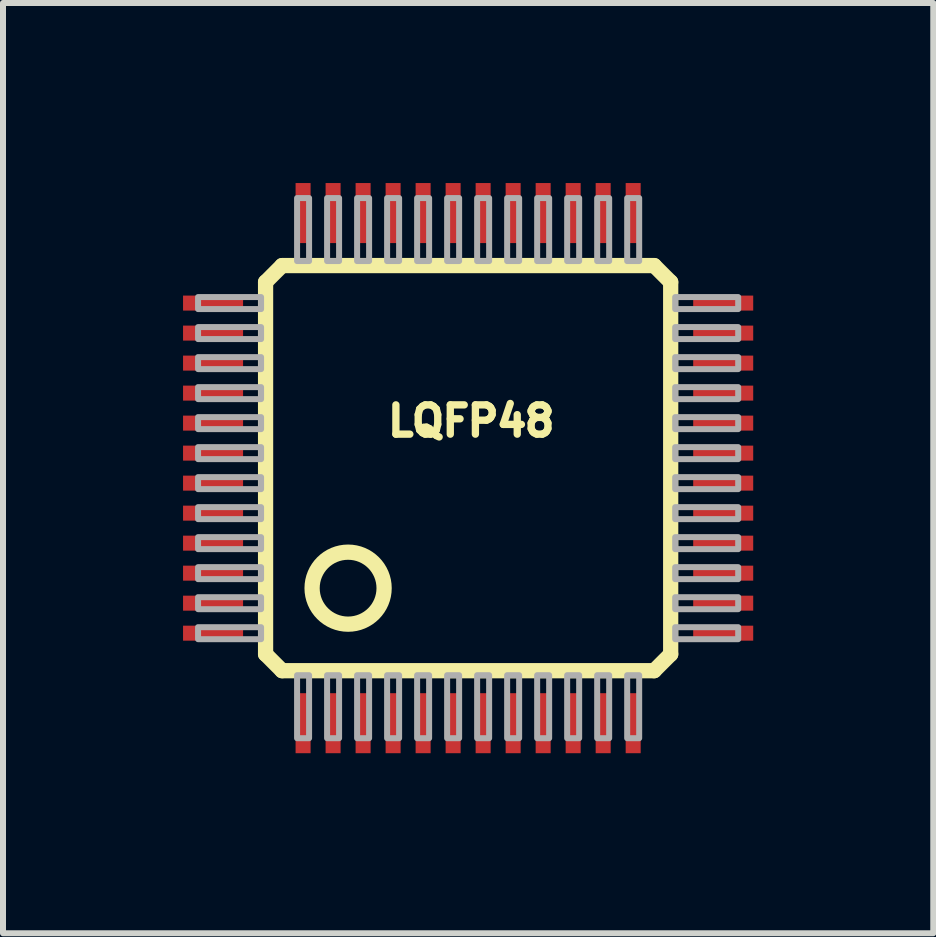
<source format=kicad_pcb>
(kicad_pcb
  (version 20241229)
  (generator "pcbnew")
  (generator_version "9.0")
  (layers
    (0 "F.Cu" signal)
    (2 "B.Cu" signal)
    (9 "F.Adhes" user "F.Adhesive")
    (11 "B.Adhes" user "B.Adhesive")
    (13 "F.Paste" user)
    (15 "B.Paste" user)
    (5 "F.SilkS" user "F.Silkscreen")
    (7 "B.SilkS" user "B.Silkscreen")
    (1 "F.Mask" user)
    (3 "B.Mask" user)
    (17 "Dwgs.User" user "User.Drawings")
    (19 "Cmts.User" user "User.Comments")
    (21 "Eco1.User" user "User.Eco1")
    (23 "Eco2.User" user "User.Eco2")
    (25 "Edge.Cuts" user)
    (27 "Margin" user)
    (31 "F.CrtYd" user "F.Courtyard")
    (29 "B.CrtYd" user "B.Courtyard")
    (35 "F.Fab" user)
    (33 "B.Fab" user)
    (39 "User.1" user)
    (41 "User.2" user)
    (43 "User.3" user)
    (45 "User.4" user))
  (footprint "LQFP48"
    (layer "F.Cu")
    (at 4.75 4.75)
    (property "Reference" "LQFP48" (at -1.4 -0.5 0) (layer "F.SilkS") (effects (font (size 0.488 0.488) (thickness 0.122)) (justify left bottom)))
    (fp_line (start -3.375 -3.1) (end -3.1 -3.375) (stroke (width 0.254) (type solid)) (layer "F.SilkS"))
    (fp_line (start -3.375 3.1) (end -3.375 -3.1) (stroke (width 0.254) (type solid)) (layer "F.SilkS"))
    (fp_line (start -3.1 -3.375) (end 3.1 -3.375) (stroke (width 0.254) (type solid)) (layer "F.SilkS"))
    (fp_line (start -3.1 3.375) (end -3.375 3.1) (stroke (width 0.254) (type solid)) (layer "F.SilkS"))
    (fp_line (start 3.1 -3.375) (end 3.375 -3.1) (stroke (width 0.254) (type solid)) (layer "F.SilkS"))
    (fp_line (start 3.1 3.375) (end -3.1 3.375) (stroke (width 0.254) (type solid)) (layer "F.SilkS"))
    (fp_line (start 3.375 -3.1) (end 3.375 3.1) (stroke (width 0.254) (type solid)) (layer "F.SilkS"))
    (fp_line (start 3.375 3.1) (end 3.1 3.375) (stroke (width 0.254) (type solid)) (layer "F.SilkS"))
    (fp_circle (center -2 2) (end -1.4 2) (stroke (width 0.254) (type solid)) (fill no) (layer "F.SilkS"))
    (fp_poly (pts (xy -4.5 -2.65) (xy -3.45 -2.65) (xy -3.45 -2.85) (xy -4.5 -2.85)) (stroke (width 0.1) (type default)) (fill no) (layer "F.Fab"))
    (fp_poly (pts (xy -4.5 -2.15) (xy -3.45 -2.15) (xy -3.45 -2.35) (xy -4.5 -2.35)) (stroke (width 0.1) (type default)) (fill no) (layer "F.Fab"))
    (fp_poly (pts (xy -4.5 -1.65) (xy -3.45 -1.65) (xy -3.45 -1.85) (xy -4.5 -1.85)) (stroke (width 0.1) (type default)) (fill no) (layer "F.Fab"))
    (fp_poly (pts (xy -4.5 -1.15) (xy -3.45 -1.15) (xy -3.45 -1.35) (xy -4.5 -1.35)) (stroke (width 0.1) (type default)) (fill no) (layer "F.Fab"))
    (fp_poly (pts (xy -4.5 -0.65) (xy -3.45 -0.65) (xy -3.45 -0.85) (xy -4.5 -0.85)) (stroke (width 0.1) (type default)) (fill no) (layer "F.Fab"))
    (fp_poly (pts (xy -4.5 -0.15) (xy -3.45 -0.15) (xy -3.45 -0.35) (xy -4.5 -0.35)) (stroke (width 0.1) (type default)) (fill no) (layer "F.Fab"))
    (fp_poly (pts (xy -4.5 0.35) (xy -3.45 0.35) (xy -3.45 0.15) (xy -4.5 0.15)) (stroke (width 0.1) (type default)) (fill no) (layer "F.Fab"))
    (fp_poly (pts (xy -4.5 0.85) (xy -3.45 0.85) (xy -3.45 0.65) (xy -4.5 0.65)) (stroke (width 0.1) (type default)) (fill no) (layer "F.Fab"))
    (fp_poly (pts (xy -4.5 1.35) (xy -3.45 1.35) (xy -3.45 1.15) (xy -4.5 1.15)) (stroke (width 0.1) (type default)) (fill no) (layer "F.Fab"))
    (fp_poly (pts (xy -4.5 1.85) (xy -3.45 1.85) (xy -3.45 1.65) (xy -4.5 1.65)) (stroke (width 0.1) (type default)) (fill no) (layer "F.Fab"))
    (fp_poly (pts (xy -4.5 2.35) (xy -3.45 2.35) (xy -3.45 2.15) (xy -4.5 2.15)) (stroke (width 0.1) (type default)) (fill no) (layer "F.Fab"))
    (fp_poly (pts (xy -4.5 2.85) (xy -3.45 2.85) (xy -3.45 2.65) (xy -4.5 2.65)) (stroke (width 0.1) (type default)) (fill no) (layer "F.Fab"))
    (fp_poly (pts (xy -2.85 -3.45) (xy -2.65 -3.45) (xy -2.65 -4.5) (xy -2.85 -4.5)) (stroke (width 0.1) (type default)) (fill no) (layer "F.Fab"))
    (fp_poly (pts (xy -2.85 4.5) (xy -2.65 4.5) (xy -2.65 3.45) (xy -2.85 3.45)) (stroke (width 0.1) (type default)) (fill no) (layer "F.Fab"))
    (fp_poly (pts (xy -2.35 -3.45) (xy -2.15 -3.45) (xy -2.15 -4.5) (xy -2.35 -4.5)) (stroke (width 0.1) (type default)) (fill no) (layer "F.Fab"))
    (fp_poly (pts (xy -2.35 4.5) (xy -2.15 4.5) (xy -2.15 3.45) (xy -2.35 3.45)) (stroke (width 0.1) (type default)) (fill no) (layer "F.Fab"))
    (fp_poly (pts (xy -1.85 -3.45) (xy -1.65 -3.45) (xy -1.65 -4.5) (xy -1.85 -4.5)) (stroke (width 0.1) (type default)) (fill no) (layer "F.Fab"))
    (fp_poly (pts (xy -1.85 4.5) (xy -1.65 4.5) (xy -1.65 3.45) (xy -1.85 3.45)) (stroke (width 0.1) (type default)) (fill no) (layer "F.Fab"))
    (fp_poly (pts (xy -1.35 -3.45) (xy -1.15 -3.45) (xy -1.15 -4.5) (xy -1.35 -4.5)) (stroke (width 0.1) (type default)) (fill no) (layer "F.Fab"))
    (fp_poly (pts (xy -1.35 4.5) (xy -1.15 4.5) (xy -1.15 3.45) (xy -1.35 3.45)) (stroke (width 0.1) (type default)) (fill no) (layer "F.Fab"))
    (fp_poly (pts (xy -0.85 -3.45) (xy -0.65 -3.45) (xy -0.65 -4.5) (xy -0.85 -4.5)) (stroke (width 0.1) (type default)) (fill no) (layer "F.Fab"))
    (fp_poly (pts (xy -0.85 4.5) (xy -0.65 4.5) (xy -0.65 3.45) (xy -0.85 3.45)) (stroke (width 0.1) (type default)) (fill no) (layer "F.Fab"))
    (fp_poly (pts (xy -0.35 -3.45) (xy -0.15 -3.45) (xy -0.15 -4.5) (xy -0.35 -4.5)) (stroke (width 0.1) (type default)) (fill no) (layer "F.Fab"))
    (fp_poly (pts (xy -0.35 4.5) (xy -0.15 4.5) (xy -0.15 3.45) (xy -0.35 3.45)) (stroke (width 0.1) (type default)) (fill no) (layer "F.Fab"))
    (fp_poly (pts (xy 0.15 -3.45) (xy 0.35 -3.45) (xy 0.35 -4.5) (xy 0.15 -4.5)) (stroke (width 0.1) (type default)) (fill no) (layer "F.Fab"))
    (fp_poly (pts (xy 0.15 4.5) (xy 0.35 4.5) (xy 0.35 3.45) (xy 0.15 3.45)) (stroke (width 0.1) (type default)) (fill no) (layer "F.Fab"))
    (fp_poly (pts (xy 0.65 -3.45) (xy 0.85 -3.45) (xy 0.85 -4.5) (xy 0.65 -4.5)) (stroke (width 0.1) (type default)) (fill no) (layer "F.Fab"))
    (fp_poly (pts (xy 0.65 4.5) (xy 0.85 4.5) (xy 0.85 3.45) (xy 0.65 3.45)) (stroke (width 0.1) (type default)) (fill no) (layer "F.Fab"))
    (fp_poly (pts (xy 1.15 -3.45) (xy 1.35 -3.45) (xy 1.35 -4.5) (xy 1.15 -4.5)) (stroke (width 0.1) (type default)) (fill no) (layer "F.Fab"))
    (fp_poly (pts (xy 1.15 4.5) (xy 1.35 4.5) (xy 1.35 3.45) (xy 1.15 3.45)) (stroke (width 0.1) (type default)) (fill no) (layer "F.Fab"))
    (fp_poly (pts (xy 1.65 -3.45) (xy 1.85 -3.45) (xy 1.85 -4.5) (xy 1.65 -4.5)) (stroke (width 0.1) (type default)) (fill no) (layer "F.Fab"))
    (fp_poly (pts (xy 1.65 4.5) (xy 1.85 4.5) (xy 1.85 3.45) (xy 1.65 3.45)) (stroke (width 0.1) (type default)) (fill no) (layer "F.Fab"))
    (fp_poly (pts (xy 2.15 -3.45) (xy 2.35 -3.45) (xy 2.35 -4.5) (xy 2.15 -4.5)) (stroke (width 0.1) (type default)) (fill no) (layer "F.Fab"))
    (fp_poly (pts (xy 2.15 4.5) (xy 2.35 4.5) (xy 2.35 3.45) (xy 2.15 3.45)) (stroke (width 0.1) (type default)) (fill no) (layer "F.Fab"))
    (fp_poly (pts (xy 2.65 -3.45) (xy 2.85 -3.45) (xy 2.85 -4.5) (xy 2.65 -4.5)) (stroke (width 0.1) (type default)) (fill no) (layer "F.Fab"))
    (fp_poly (pts (xy 2.65 4.5) (xy 2.85 4.5) (xy 2.85 3.45) (xy 2.65 3.45)) (stroke (width 0.1) (type default)) (fill no) (layer "F.Fab"))
    (fp_poly (pts (xy 3.45 -2.65) (xy 4.5 -2.65) (xy 4.5 -2.85) (xy 3.45 -2.85)) (stroke (width 0.1) (type default)) (fill no) (layer "F.Fab"))
    (fp_poly (pts (xy 3.45 -2.15) (xy 4.5 -2.15) (xy 4.5 -2.35) (xy 3.45 -2.35)) (stroke (width 0.1) (type default)) (fill no) (layer "F.Fab"))
    (fp_poly (pts (xy 3.45 -1.65) (xy 4.5 -1.65) (xy 4.5 -1.85) (xy 3.45 -1.85)) (stroke (width 0.1) (type default)) (fill no) (layer "F.Fab"))
    (fp_poly (pts (xy 3.45 -1.15) (xy 4.5 -1.15) (xy 4.5 -1.35) (xy 3.45 -1.35)) (stroke (width 0.1) (type default)) (fill no) (layer "F.Fab"))
    (fp_poly (pts (xy 3.45 -0.65) (xy 4.5 -0.65) (xy 4.5 -0.85) (xy 3.45 -0.85)) (stroke (width 0.1) (type default)) (fill no) (layer "F.Fab"))
    (fp_poly (pts (xy 3.45 -0.15) (xy 4.5 -0.15) (xy 4.5 -0.35) (xy 3.45 -0.35)) (stroke (width 0.1) (type default)) (fill no) (layer "F.Fab"))
    (fp_poly (pts (xy 3.45 0.35) (xy 4.5 0.35) (xy 4.5 0.15) (xy 3.45 0.15)) (stroke (width 0.1) (type default)) (fill no) (layer "F.Fab"))
    (fp_poly (pts (xy 3.45 0.85) (xy 4.5 0.85) (xy 4.5 0.65) (xy 3.45 0.65)) (stroke (width 0.1) (type default)) (fill no) (layer "F.Fab"))
    (fp_poly (pts (xy 3.45 1.35) (xy 4.5 1.35) (xy 4.5 1.15) (xy 3.45 1.15)) (stroke (width 0.1) (type default)) (fill no) (layer "F.Fab"))
    (fp_poly (pts (xy 3.45 1.85) (xy 4.5 1.85) (xy 4.5 1.65) (xy 3.45 1.65)) (stroke (width 0.1) (type default)) (fill no) (layer "F.Fab"))
    (fp_poly (pts (xy 3.45 2.35) (xy 4.5 2.35) (xy 4.5 2.15) (xy 3.45 2.15)) (stroke (width 0.1) (type default)) (fill no) (layer "F.Fab"))
    (fp_poly (pts (xy 3.45 2.85) (xy 4.5 2.85) (xy 4.5 2.65) (xy 3.45 2.65)) (stroke (width 0.1) (type default)) (fill no) (layer "F.Fab"))
    (pad "1" smd rect (at -2.75 4.25) (size 0.25 1) (layers "F.Cu" "F.Mask" "F.Paste"))
    (pad "2" smd rect (at -2.25 4.25) (size 0.25 1) (layers "F.Cu" "F.Mask" "F.Paste"))
    (pad "3" smd rect (at -1.75 4.25) (size 0.25 1) (layers "F.Cu" "F.Mask" "F.Paste"))
    (pad "4" smd rect (at -1.25 4.25) (size 0.25 1) (layers "F.Cu" "F.Mask" "F.Paste"))
    (pad "5" smd rect (at -0.75 4.25) (size 0.25 1) (layers "F.Cu" "F.Mask" "F.Paste"))
    (pad "6" smd rect (at -0.25 4.25) (size 0.25 1) (layers "F.Cu" "F.Mask" "F.Paste"))
    (pad "7" smd rect (at 0.25 4.25) (size 0.25 1) (layers "F.Cu" "F.Mask" "F.Paste"))
    (pad "8" smd rect (at 0.75 4.25) (size 0.25 1) (layers "F.Cu" "F.Mask" "F.Paste"))
    (pad "9" smd rect (at 1.25 4.25) (size 0.25 1) (layers "F.Cu" "F.Mask" "F.Paste"))
    (pad "10" smd rect (at 1.75 4.25) (size 0.25 1) (layers "F.Cu" "F.Mask" "F.Paste"))
    (pad "11" smd rect (at 2.25 4.25) (size 0.25 1) (layers "F.Cu" "F.Mask" "F.Paste"))
    (pad "12" smd rect (at 2.75 4.25) (size 0.25 1) (layers "F.Cu" "F.Mask" "F.Paste"))
    (pad "13" smd rect (at 4.25 2.75) (size 1 0.25) (layers "F.Cu" "F.Mask" "F.Paste"))
    (pad "14" smd rect (at 4.25 2.25) (size 1 0.25) (layers "F.Cu" "F.Mask" "F.Paste"))
    (pad "15" smd rect (at 4.25 1.75) (size 1 0.25) (layers "F.Cu" "F.Mask" "F.Paste"))
    (pad "16" smd rect (at 4.25 1.25) (size 1 0.25) (layers "F.Cu" "F.Mask" "F.Paste"))
    (pad "17" smd rect (at 4.25 0.75) (size 1 0.25) (layers "F.Cu" "F.Mask" "F.Paste"))
    (pad "18" smd rect (at 4.25 0.25) (size 1 0.25) (layers "F.Cu" "F.Mask" "F.Paste"))
    (pad "19" smd rect (at 4.25 -0.25) (size 1 0.25) (layers "F.Cu" "F.Mask" "F.Paste"))
    (pad "20" smd rect (at 4.25 -0.75) (size 1 0.25) (layers "F.Cu" "F.Mask" "F.Paste"))
    (pad "21" smd rect (at 4.25 -1.25) (size 1 0.25) (layers "F.Cu" "F.Mask" "F.Paste"))
    (pad "22" smd rect (at 4.25 -1.75) (size 1 0.25) (layers "F.Cu" "F.Mask" "F.Paste"))
    (pad "23" smd rect (at 4.25 -2.25) (size 1 0.25) (layers "F.Cu" "F.Mask" "F.Paste"))
    (pad "24" smd rect (at 4.25 -2.75) (size 1 0.25) (layers "F.Cu" "F.Mask" "F.Paste"))
    (pad "25" smd rect (at 2.75 -4.25) (size 0.25 1) (layers "F.Cu" "F.Mask" "F.Paste"))
    (pad "26" smd rect (at 2.25 -4.25) (size 0.25 1) (layers "F.Cu" "F.Mask" "F.Paste"))
    (pad "27" smd rect (at 1.75 -4.25) (size 0.25 1) (layers "F.Cu" "F.Mask" "F.Paste"))
    (pad "28" smd rect (at 1.25 -4.25) (size 0.25 1) (layers "F.Cu" "F.Mask" "F.Paste"))
    (pad "29" smd rect (at 0.75 -4.25) (size 0.25 1) (layers "F.Cu" "F.Mask" "F.Paste"))
    (pad "30" smd rect (at 0.25 -4.25) (size 0.25 1) (layers "F.Cu" "F.Mask" "F.Paste"))
    (pad "31" smd rect (at -0.25 -4.25) (size 0.25 1) (layers "F.Cu" "F.Mask" "F.Paste"))
    (pad "32" smd rect (at -0.75 -4.25) (size 0.25 1) (layers "F.Cu" "F.Mask" "F.Paste"))
    (pad "33" smd rect (at -1.25 -4.25) (size 0.25 1) (layers "F.Cu" "F.Mask" "F.Paste"))
    (pad "34" smd rect (at -1.75 -4.25) (size 0.25 1) (layers "F.Cu" "F.Mask" "F.Paste"))
    (pad "35" smd rect (at -2.25 -4.25) (size 0.25 1) (layers "F.Cu" "F.Mask" "F.Paste"))
    (pad "36" smd rect (at -2.75 -4.25) (size 0.25 1) (layers "F.Cu" "F.Mask" "F.Paste"))
    (pad "37" smd rect (at -4.25 -2.75) (size 1 0.25) (layers "F.Cu" "F.Mask" "F.Paste"))
    (pad "38" smd rect (at -4.25 -2.25) (size 1 0.25) (layers "F.Cu" "F.Mask" "F.Paste"))
    (pad "39" smd rect (at -4.25 -1.75) (size 1 0.25) (layers "F.Cu" "F.Mask" "F.Paste"))
    (pad "40" smd rect (at -4.25 -1.25) (size 1 0.25) (layers "F.Cu" "F.Mask" "F.Paste"))
    (pad "41" smd rect (at -4.25 -0.75) (size 1 0.25) (layers "F.Cu" "F.Mask" "F.Paste"))
    (pad "42" smd rect (at -4.25 -0.25) (size 1 0.25) (layers "F.Cu" "F.Mask" "F.Paste"))
    (pad "43" smd rect (at -4.25 0.25) (size 1 0.25) (layers "F.Cu" "F.Mask" "F.Paste"))
    (pad "44" smd rect (at -4.25 0.75) (size 1 0.25) (layers "F.Cu" "F.Mask" "F.Paste"))
    (pad "45" smd rect (at -4.25 1.25) (size 1 0.25) (layers "F.Cu" "F.Mask" "F.Paste"))
    (pad "46" smd rect (at -4.25 1.75) (size 1 0.25) (layers "F.Cu" "F.Mask" "F.Paste"))
    (pad "47" smd rect (at -4.25 2.25) (size 1 0.25) (layers "F.Cu" "F.Mask" "F.Paste"))
    (pad "48" smd rect (at -4.25 2.75) (size 1 0.25) (layers "F.Cu" "F.Mask" "F.Paste")))
  (gr_rect
    (start -3 -3)
    (end 12.5 12.5)
    (stroke (width 0.1) (type default))
    (fill no)
    (layer "Edge.Cuts")))
</source>
